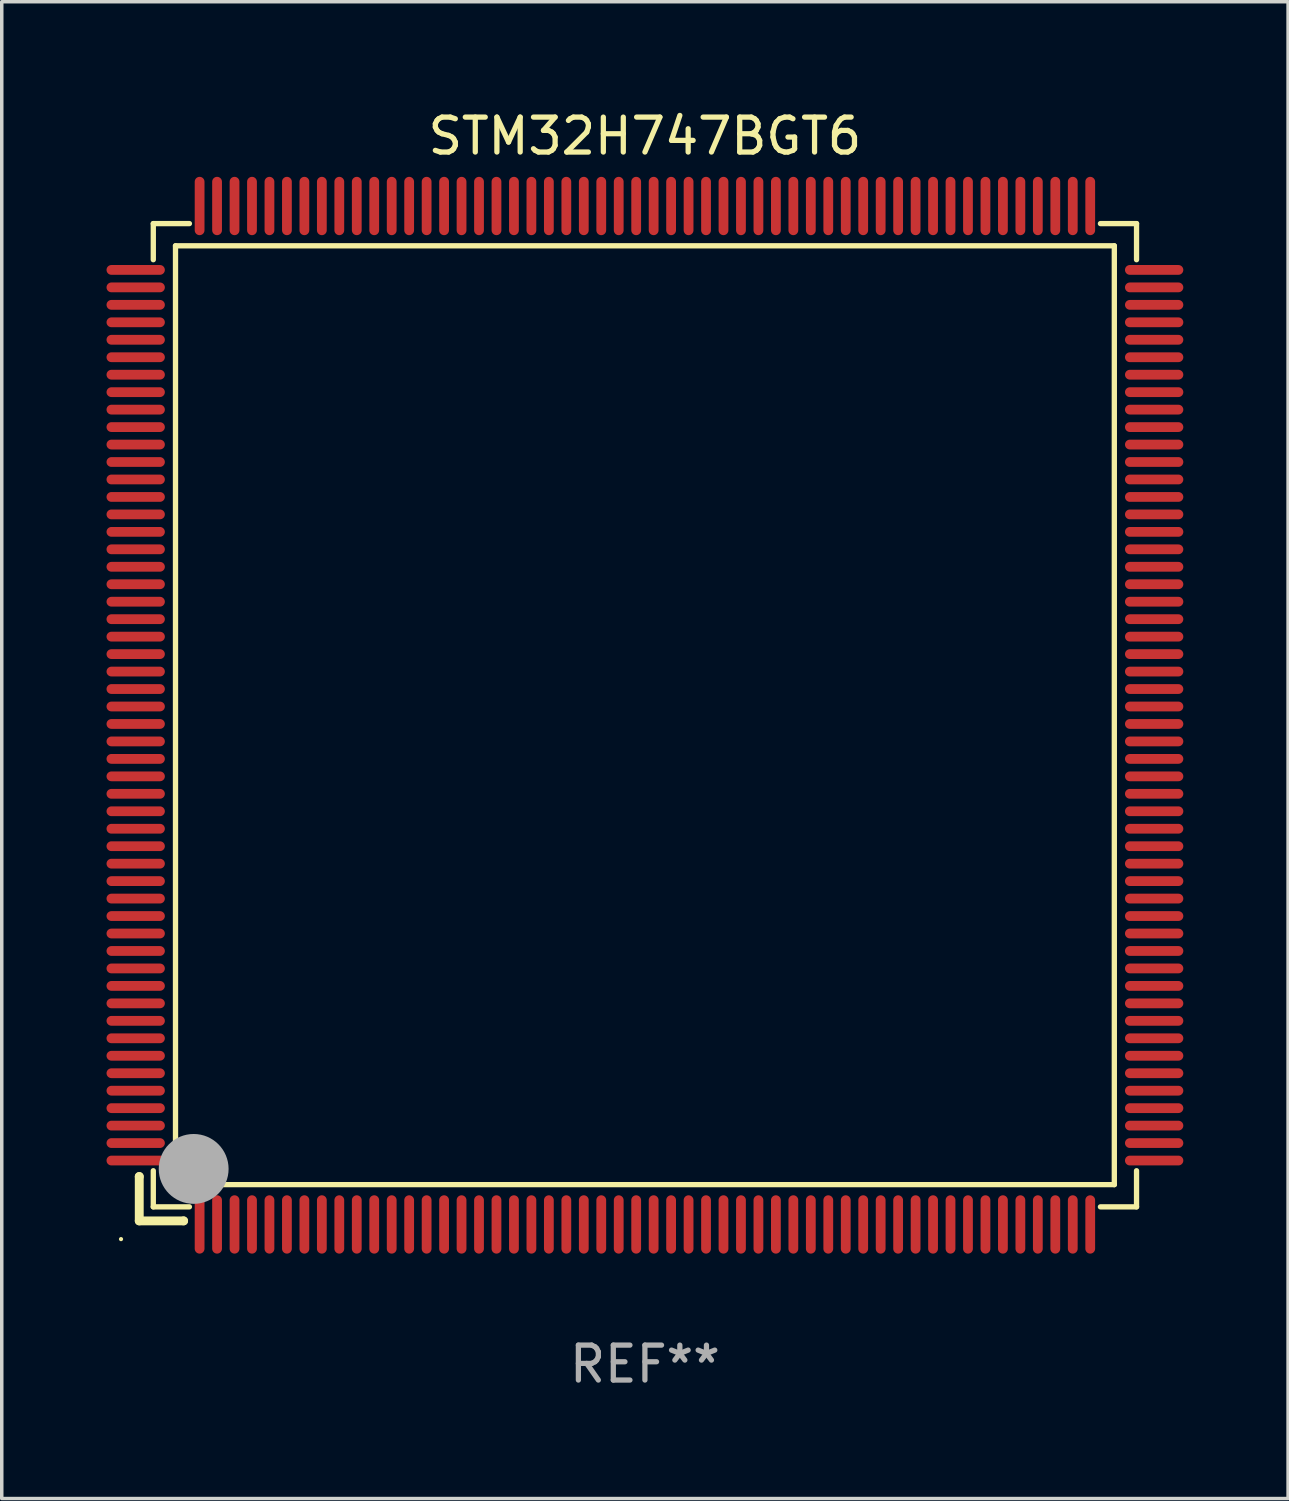
<source format=kicad_pcb>
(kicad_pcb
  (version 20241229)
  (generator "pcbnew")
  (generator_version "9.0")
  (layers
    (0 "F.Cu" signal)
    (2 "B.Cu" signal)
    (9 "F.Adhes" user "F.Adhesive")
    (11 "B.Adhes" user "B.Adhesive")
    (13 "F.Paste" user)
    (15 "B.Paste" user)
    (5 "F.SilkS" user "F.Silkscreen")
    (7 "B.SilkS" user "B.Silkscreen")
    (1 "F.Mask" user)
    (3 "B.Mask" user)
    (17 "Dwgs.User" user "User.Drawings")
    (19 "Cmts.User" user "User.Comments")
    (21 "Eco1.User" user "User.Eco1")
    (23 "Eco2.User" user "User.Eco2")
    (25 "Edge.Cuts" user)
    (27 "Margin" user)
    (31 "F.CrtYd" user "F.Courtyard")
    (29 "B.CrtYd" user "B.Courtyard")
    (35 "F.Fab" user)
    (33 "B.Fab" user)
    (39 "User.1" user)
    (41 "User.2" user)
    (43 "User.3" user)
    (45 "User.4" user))
  (footprint "STM32H747BGT6"
    (layer "F.Cu")
    (at 15.415 17.428)
    (property "Reference" "STM32H747BGT6" (at 0 -16.58 0) (layer "F.SilkS") (effects (font (size 1 1) (thickness 0.15))))
    (attr through_hole)
    (fp_line (start -14.478 13.208) (end -14.478 13.208) (stroke (width 0.254) (type solid)) (layer "F.SilkS"))
    (fp_line (start -14.478 13.208) (end -14.478 14.478) (stroke (width 0.254) (type solid)) (layer "F.SilkS"))
    (fp_line (start -14.478 14.478) (end -13.208 14.478) (stroke (width 0.254) (type solid)) (layer "F.SilkS"))
    (fp_line (start -14.076 -14.076) (end -14.076 -13.042) (stroke (width 0.152) (type solid)) (layer "F.SilkS"))
    (fp_line (start -14.076 14.076) (end -14.076 13.042) (stroke (width 0.152) (type solid)) (layer "F.SilkS"))
    (fp_line (start -13.44 -13.44) (end 13.44 -13.44) (stroke (width 0.152) (type solid)) (layer "F.SilkS"))
    (fp_line (start -13.44 13.44) (end -13.44 -13.44) (stroke (width 0.152) (type solid)) (layer "F.SilkS"))
    (fp_line (start -13.208 14.478) (end -13.208 14.478) (stroke (width 0.254) (type solid)) (layer "F.SilkS"))
    (fp_line (start -13.042 -14.076) (end -14.076 -14.076) (stroke (width 0.152) (type solid)) (layer "F.SilkS"))
    (fp_line (start -13.042 14.076) (end -14.076 14.076) (stroke (width 0.152) (type solid)) (layer "F.SilkS"))
    (fp_line (start 13.042 -14.076) (end 14.076 -14.076) (stroke (width 0.152) (type solid)) (layer "F.SilkS"))
    (fp_line (start 13.042 14.076) (end 14.076 14.076) (stroke (width 0.152) (type solid)) (layer "F.SilkS"))
    (fp_line (start 13.44 -13.44) (end 13.44 13.44) (stroke (width 0.152) (type solid)) (layer "F.SilkS"))
    (fp_line (start 13.44 13.44) (end -13.44 13.44) (stroke (width 0.152) (type solid)) (layer "F.SilkS"))
    (fp_line (start 14.076 -14.076) (end 14.076 -13.042) (stroke (width 0.152) (type solid)) (layer "F.SilkS"))
    (fp_line (start 14.076 14.076) (end 14.076 13.042) (stroke (width 0.152) (type solid)) (layer "F.SilkS"))
    (fp_circle (center -15 15) (end -14.97 15) (stroke (width 0.06) (type solid)) (fill no) (layer "F.SilkS"))
    (fp_circle (center -13.138 13.138) (end -13.063 13.138) (stroke (width 0.15) (type solid)) (fill no) (layer "F.SilkS"))
    (fp_circle (center -12.92 12.99) (end -12.42 12.99) (stroke (width 1) (type solid)) (fill no) (layer "F.Fab"))
    (fp_text user "REF**" (at 0 18.58 0) (layer "F.Fab") (effects (font (size 1 1) (thickness 0.15))))
    (pad "1" smd oval (at -12.75 14.58) (size 0.28 1.67) (layers "F.Cu" "F.Mask" "F.Paste"))
    (pad "2" smd oval (at -12.25 14.58) (size 0.28 1.67) (layers "F.Cu" "F.Mask" "F.Paste"))
    (pad "3" smd oval (at -11.75 14.58) (size 0.28 1.67) (layers "F.Cu" "F.Mask" "F.Paste"))
    (pad "4" smd oval (at -11.25 14.58) (size 0.28 1.67) (layers "F.Cu" "F.Mask" "F.Paste"))
    (pad "5" smd oval (at -10.75 14.58) (size 0.28 1.67) (layers "F.Cu" "F.Mask" "F.Paste"))
    (pad "6" smd oval (at -10.25 14.58) (size 0.28 1.67) (layers "F.Cu" "F.Mask" "F.Paste"))
    (pad "7" smd oval (at -9.75 14.58) (size 0.28 1.67) (layers "F.Cu" "F.Mask" "F.Paste"))
    (pad "8" smd oval (at -9.25 14.58) (size 0.28 1.67) (layers "F.Cu" "F.Mask" "F.Paste"))
    (pad "9" smd oval (at -8.75 14.58) (size 0.28 1.67) (layers "F.Cu" "F.Mask" "F.Paste"))
    (pad "10" smd oval (at -8.25 14.58) (size 0.28 1.67) (layers "F.Cu" "F.Mask" "F.Paste"))
    (pad "11" smd oval (at -7.75 14.58) (size 0.28 1.67) (layers "F.Cu" "F.Mask" "F.Paste"))
    (pad "12" smd oval (at -7.25 14.58) (size 0.28 1.67) (layers "F.Cu" "F.Mask" "F.Paste"))
    (pad "13" smd oval (at -6.75 14.58) (size 0.28 1.67) (layers "F.Cu" "F.Mask" "F.Paste"))
    (pad "14" smd oval (at -6.25 14.58) (size 0.28 1.67) (layers "F.Cu" "F.Mask" "F.Paste"))
    (pad "15" smd oval (at -5.75 14.58) (size 0.28 1.67) (layers "F.Cu" "F.Mask" "F.Paste"))
    (pad "16" smd oval (at -5.25 14.58) (size 0.28 1.67) (layers "F.Cu" "F.Mask" "F.Paste"))
    (pad "17" smd oval (at -4.75 14.58) (size 0.28 1.67) (layers "F.Cu" "F.Mask" "F.Paste"))
    (pad "18" smd oval (at -4.25 14.58) (size 0.28 1.67) (layers "F.Cu" "F.Mask" "F.Paste"))
    (pad "19" smd oval (at -3.75 14.58) (size 0.28 1.67) (layers "F.Cu" "F.Mask" "F.Paste"))
    (pad "20" smd oval (at -3.25 14.58) (size 0.28 1.67) (layers "F.Cu" "F.Mask" "F.Paste"))
    (pad "21" smd oval (at -2.75 14.58) (size 0.28 1.67) (layers "F.Cu" "F.Mask" "F.Paste"))
    (pad "22" smd oval (at -2.25 14.58) (size 0.28 1.67) (layers "F.Cu" "F.Mask" "F.Paste"))
    (pad "23" smd oval (at -1.75 14.58) (size 0.28 1.67) (layers "F.Cu" "F.Mask" "F.Paste"))
    (pad "24" smd oval (at -1.25 14.58) (size 0.28 1.67) (layers "F.Cu" "F.Mask" "F.Paste"))
    (pad "25" smd oval (at -0.75 14.58) (size 0.28 1.67) (layers "F.Cu" "F.Mask" "F.Paste"))
    (pad "26" smd oval (at -0.25 14.58) (size 0.28 1.67) (layers "F.Cu" "F.Mask" "F.Paste"))
    (pad "27" smd oval (at 0.25 14.58) (size 0.28 1.67) (layers "F.Cu" "F.Mask" "F.Paste"))
    (pad "28" smd oval (at 0.75 14.58) (size 0.28 1.67) (layers "F.Cu" "F.Mask" "F.Paste"))
    (pad "29" smd oval (at 1.25 14.58) (size 0.28 1.67) (layers "F.Cu" "F.Mask" "F.Paste"))
    (pad "30" smd oval (at 1.75 14.58) (size 0.28 1.67) (layers "F.Cu" "F.Mask" "F.Paste"))
    (pad "31" smd oval (at 2.25 14.58) (size 0.28 1.67) (layers "F.Cu" "F.Mask" "F.Paste"))
    (pad "32" smd oval (at 2.75 14.58) (size 0.28 1.67) (layers "F.Cu" "F.Mask" "F.Paste"))
    (pad "33" smd oval (at 3.25 14.58) (size 0.28 1.67) (layers "F.Cu" "F.Mask" "F.Paste"))
    (pad "34" smd oval (at 3.75 14.58) (size 0.28 1.67) (layers "F.Cu" "F.Mask" "F.Paste"))
    (pad "35" smd oval (at 4.25 14.58) (size 0.28 1.67) (layers "F.Cu" "F.Mask" "F.Paste"))
    (pad "36" smd oval (at 4.75 14.58) (size 0.28 1.67) (layers "F.Cu" "F.Mask" "F.Paste"))
    (pad "37" smd oval (at 5.25 14.58) (size 0.28 1.67) (layers "F.Cu" "F.Mask" "F.Paste"))
    (pad "38" smd oval (at 5.75 14.58) (size 0.28 1.67) (layers "F.Cu" "F.Mask" "F.Paste"))
    (pad "39" smd oval (at 6.25 14.58) (size 0.28 1.67) (layers "F.Cu" "F.Mask" "F.Paste"))
    (pad "40" smd oval (at 6.75 14.58) (size 0.28 1.67) (layers "F.Cu" "F.Mask" "F.Paste"))
    (pad "41" smd oval (at 7.25 14.58) (size 0.28 1.67) (layers "F.Cu" "F.Mask" "F.Paste"))
    (pad "42" smd oval (at 7.75 14.58) (size 0.28 1.67) (layers "F.Cu" "F.Mask" "F.Paste"))
    (pad "43" smd oval (at 8.25 14.58) (size 0.28 1.67) (layers "F.Cu" "F.Mask" "F.Paste"))
    (pad "44" smd oval (at 8.75 14.58) (size 0.28 1.67) (layers "F.Cu" "F.Mask" "F.Paste"))
    (pad "45" smd oval (at 9.25 14.58) (size 0.28 1.67) (layers "F.Cu" "F.Mask" "F.Paste"))
    (pad "46" smd oval (at 9.75 14.58) (size 0.28 1.67) (layers "F.Cu" "F.Mask" "F.Paste"))
    (pad "47" smd oval (at 10.25 14.58) (size 0.28 1.67) (layers "F.Cu" "F.Mask" "F.Paste"))
    (pad "48" smd oval (at 10.75 14.58) (size 0.28 1.67) (layers "F.Cu" "F.Mask" "F.Paste"))
    (pad "49" smd oval (at 11.25 14.58) (size 0.28 1.67) (layers "F.Cu" "F.Mask" "F.Paste"))
    (pad "50" smd oval (at 11.75 14.58) (size 0.28 1.67) (layers "F.Cu" "F.Mask" "F.Paste"))
    (pad "51" smd oval (at 12.25 14.58) (size 0.28 1.67) (layers "F.Cu" "F.Mask" "F.Paste"))
    (pad "52" smd oval (at 12.75 14.58) (size 0.28 1.67) (layers "F.Cu" "F.Mask" "F.Paste"))
    (pad "53" smd oval (at 14.58 12.75) (size 1.67 0.28) (layers "F.Cu" "F.Mask" "F.Paste"))
    (pad "54" smd oval (at 14.58 12.25) (size 1.67 0.28) (layers "F.Cu" "F.Mask" "F.Paste"))
    (pad "55" smd oval (at 14.58 11.75) (size 1.67 0.28) (layers "F.Cu" "F.Mask" "F.Paste"))
    (pad "56" smd oval (at 14.58 11.25) (size 1.67 0.28) (layers "F.Cu" "F.Mask" "F.Paste"))
    (pad "57" smd oval (at 14.58 10.75) (size 1.67 0.28) (layers "F.Cu" "F.Mask" "F.Paste"))
    (pad "58" smd oval (at 14.58 10.25) (size 1.67 0.28) (layers "F.Cu" "F.Mask" "F.Paste"))
    (pad "59" smd oval (at 14.58 9.75) (size 1.67 0.28) (layers "F.Cu" "F.Mask" "F.Paste"))
    (pad "60" smd oval (at 14.58 9.25) (size 1.67 0.28) (layers "F.Cu" "F.Mask" "F.Paste"))
    (pad "61" smd oval (at 14.58 8.75) (size 1.67 0.28) (layers "F.Cu" "F.Mask" "F.Paste"))
    (pad "62" smd oval (at 14.58 8.25) (size 1.67 0.28) (layers "F.Cu" "F.Mask" "F.Paste"))
    (pad "63" smd oval (at 14.58 7.75) (size 1.67 0.28) (layers "F.Cu" "F.Mask" "F.Paste"))
    (pad "64" smd oval (at 14.58 7.25) (size 1.67 0.28) (layers "F.Cu" "F.Mask" "F.Paste"))
    (pad "65" smd oval (at 14.58 6.75) (size 1.67 0.28) (layers "F.Cu" "F.Mask" "F.Paste"))
    (pad "66" smd oval (at 14.58 6.25) (size 1.67 0.28) (layers "F.Cu" "F.Mask" "F.Paste"))
    (pad "67" smd oval (at 14.58 5.75) (size 1.67 0.28) (layers "F.Cu" "F.Mask" "F.Paste"))
    (pad "68" smd oval (at 14.58 5.25) (size 1.67 0.28) (layers "F.Cu" "F.Mask" "F.Paste"))
    (pad "69" smd oval (at 14.58 4.75) (size 1.67 0.28) (layers "F.Cu" "F.Mask" "F.Paste"))
    (pad "70" smd oval (at 14.58 4.25) (size 1.67 0.28) (layers "F.Cu" "F.Mask" "F.Paste"))
    (pad "71" smd oval (at 14.58 3.75) (size 1.67 0.28) (layers "F.Cu" "F.Mask" "F.Paste"))
    (pad "72" smd oval (at 14.58 3.25) (size 1.67 0.28) (layers "F.Cu" "F.Mask" "F.Paste"))
    (pad "73" smd oval (at 14.58 2.75) (size 1.67 0.28) (layers "F.Cu" "F.Mask" "F.Paste"))
    (pad "74" smd oval (at 14.58 2.25) (size 1.67 0.28) (layers "F.Cu" "F.Mask" "F.Paste"))
    (pad "75" smd oval (at 14.58 1.75) (size 1.67 0.28) (layers "F.Cu" "F.Mask" "F.Paste"))
    (pad "76" smd oval (at 14.58 1.25) (size 1.67 0.28) (layers "F.Cu" "F.Mask" "F.Paste"))
    (pad "77" smd oval (at 14.58 0.75) (size 1.67 0.28) (layers "F.Cu" "F.Mask" "F.Paste"))
    (pad "78" smd oval (at 14.58 0.25) (size 1.67 0.28) (layers "F.Cu" "F.Mask" "F.Paste"))
    (pad "79" smd oval (at 14.58 -0.25) (size 1.67 0.28) (layers "F.Cu" "F.Mask" "F.Paste"))
    (pad "80" smd oval (at 14.58 -0.75) (size 1.67 0.28) (layers "F.Cu" "F.Mask" "F.Paste"))
    (pad "81" smd oval (at 14.58 -1.25) (size 1.67 0.28) (layers "F.Cu" "F.Mask" "F.Paste"))
    (pad "82" smd oval (at 14.58 -1.75) (size 1.67 0.28) (layers "F.Cu" "F.Mask" "F.Paste"))
    (pad "83" smd oval (at 14.58 -2.25) (size 1.67 0.28) (layers "F.Cu" "F.Mask" "F.Paste"))
    (pad "84" smd oval (at 14.58 -2.75) (size 1.67 0.28) (layers "F.Cu" "F.Mask" "F.Paste"))
    (pad "85" smd oval (at 14.58 -3.25) (size 1.67 0.28) (layers "F.Cu" "F.Mask" "F.Paste"))
    (pad "86" smd oval (at 14.58 -3.75) (size 1.67 0.28) (layers "F.Cu" "F.Mask" "F.Paste"))
    (pad "87" smd oval (at 14.58 -4.25) (size 1.67 0.28) (layers "F.Cu" "F.Mask" "F.Paste"))
    (pad "88" smd oval (at 14.58 -4.75) (size 1.67 0.28) (layers "F.Cu" "F.Mask" "F.Paste"))
    (pad "89" smd oval (at 14.58 -5.25) (size 1.67 0.28) (layers "F.Cu" "F.Mask" "F.Paste"))
    (pad "90" smd oval (at 14.58 -5.75) (size 1.67 0.28) (layers "F.Cu" "F.Mask" "F.Paste"))
    (pad "91" smd oval (at 14.58 -6.25) (size 1.67 0.28) (layers "F.Cu" "F.Mask" "F.Paste"))
    (pad "92" smd oval (at 14.58 -6.75) (size 1.67 0.28) (layers "F.Cu" "F.Mask" "F.Paste"))
    (pad "93" smd oval (at 14.58 -7.25) (size 1.67 0.28) (layers "F.Cu" "F.Mask" "F.Paste"))
    (pad "94" smd oval (at 14.58 -7.75) (size 1.67 0.28) (layers "F.Cu" "F.Mask" "F.Paste"))
    (pad "95" smd oval (at 14.58 -8.25) (size 1.67 0.28) (layers "F.Cu" "F.Mask" "F.Paste"))
    (pad "96" smd oval (at 14.58 -8.75) (size 1.67 0.28) (layers "F.Cu" "F.Mask" "F.Paste"))
    (pad "97" smd oval (at 14.58 -9.25) (size 1.67 0.28) (layers "F.Cu" "F.Mask" "F.Paste"))
    (pad "98" smd oval (at 14.58 -9.75) (size 1.67 0.28) (layers "F.Cu" "F.Mask" "F.Paste"))
    (pad "99" smd oval (at 14.58 -10.25) (size 1.67 0.28) (layers "F.Cu" "F.Mask" "F.Paste"))
    (pad "100" smd oval (at 14.58 -10.75) (size 1.67 0.28) (layers "F.Cu" "F.Mask" "F.Paste"))
    (pad "101" smd oval (at 14.58 -11.25) (size 1.67 0.28) (layers "F.Cu" "F.Mask" "F.Paste"))
    (pad "102" smd oval (at 14.58 -11.75) (size 1.67 0.28) (layers "F.Cu" "F.Mask" "F.Paste"))
    (pad "103" smd oval (at 14.58 -12.25) (size 1.67 0.28) (layers "F.Cu" "F.Mask" "F.Paste"))
    (pad "104" smd oval (at 14.58 -12.75) (size 1.67 0.28) (layers "F.Cu" "F.Mask" "F.Paste"))
    (pad "105" smd oval (at 12.75 -14.58) (size 0.28 1.67) (layers "F.Cu" "F.Mask" "F.Paste"))
    (pad "106" smd oval (at 12.25 -14.58) (size 0.28 1.67) (layers "F.Cu" "F.Mask" "F.Paste"))
    (pad "107" smd oval (at 11.75 -14.58) (size 0.28 1.67) (layers "F.Cu" "F.Mask" "F.Paste"))
    (pad "108" smd oval (at 11.25 -14.58) (size 0.28 1.67) (layers "F.Cu" "F.Mask" "F.Paste"))
    (pad "109" smd oval (at 10.75 -14.58) (size 0.28 1.67) (layers "F.Cu" "F.Mask" "F.Paste"))
    (pad "110" smd oval (at 10.25 -14.58) (size 0.28 1.67) (layers "F.Cu" "F.Mask" "F.Paste"))
    (pad "111" smd oval (at 9.75 -14.58) (size 0.28 1.67) (layers "F.Cu" "F.Mask" "F.Paste"))
    (pad "112" smd oval (at 9.25 -14.58) (size 0.28 1.67) (layers "F.Cu" "F.Mask" "F.Paste"))
    (pad "113" smd oval (at 8.75 -14.58) (size 0.28 1.67) (layers "F.Cu" "F.Mask" "F.Paste"))
    (pad "114" smd oval (at 8.25 -14.58) (size 0.28 1.67) (layers "F.Cu" "F.Mask" "F.Paste"))
    (pad "115" smd oval (at 7.75 -14.58) (size 0.28 1.67) (layers "F.Cu" "F.Mask" "F.Paste"))
    (pad "116" smd oval (at 7.25 -14.58) (size 0.28 1.67) (layers "F.Cu" "F.Mask" "F.Paste"))
    (pad "117" smd oval (at 6.75 -14.58) (size 0.28 1.67) (layers "F.Cu" "F.Mask" "F.Paste"))
    (pad "118" smd oval (at 6.25 -14.58) (size 0.28 1.67) (layers "F.Cu" "F.Mask" "F.Paste"))
    (pad "119" smd oval (at 5.75 -14.58) (size 0.28 1.67) (layers "F.Cu" "F.Mask" "F.Paste"))
    (pad "120" smd oval (at 5.25 -14.58) (size 0.28 1.67) (layers "F.Cu" "F.Mask" "F.Paste"))
    (pad "121" smd oval (at 4.75 -14.58) (size 0.28 1.67) (layers "F.Cu" "F.Mask" "F.Paste"))
    (pad "122" smd oval (at 4.25 -14.58) (size 0.28 1.67) (layers "F.Cu" "F.Mask" "F.Paste"))
    (pad "123" smd oval (at 3.75 -14.58) (size 0.28 1.67) (layers "F.Cu" "F.Mask" "F.Paste"))
    (pad "124" smd oval (at 3.25 -14.58) (size 0.28 1.67) (layers "F.Cu" "F.Mask" "F.Paste"))
    (pad "125" smd oval (at 2.75 -14.58) (size 0.28 1.67) (layers "F.Cu" "F.Mask" "F.Paste"))
    (pad "126" smd oval (at 2.25 -14.58) (size 0.28 1.67) (layers "F.Cu" "F.Mask" "F.Paste"))
    (pad "127" smd oval (at 1.75 -14.58) (size 0.28 1.67) (layers "F.Cu" "F.Mask" "F.Paste"))
    (pad "128" smd oval (at 1.25 -14.58) (size 0.28 1.67) (layers "F.Cu" "F.Mask" "F.Paste"))
    (pad "129" smd oval (at 0.75 -14.58) (size 0.28 1.67) (layers "F.Cu" "F.Mask" "F.Paste"))
    (pad "130" smd oval (at 0.25 -14.58) (size 0.28 1.67) (layers "F.Cu" "F.Mask" "F.Paste"))
    (pad "131" smd oval (at -0.25 -14.58) (size 0.28 1.67) (layers "F.Cu" "F.Mask" "F.Paste"))
    (pad "132" smd oval (at -0.75 -14.58) (size 0.28 1.67) (layers "F.Cu" "F.Mask" "F.Paste"))
    (pad "133" smd oval (at -1.25 -14.58) (size 0.28 1.67) (layers "F.Cu" "F.Mask" "F.Paste"))
    (pad "134" smd oval (at -1.75 -14.58) (size 0.28 1.67) (layers "F.Cu" "F.Mask" "F.Paste"))
    (pad "135" smd oval (at -2.25 -14.58) (size 0.28 1.67) (layers "F.Cu" "F.Mask" "F.Paste"))
    (pad "136" smd oval (at -2.75 -14.58) (size 0.28 1.67) (layers "F.Cu" "F.Mask" "F.Paste"))
    (pad "137" smd oval (at -3.25 -14.58) (size 0.28 1.67) (layers "F.Cu" "F.Mask" "F.Paste"))
    (pad "138" smd oval (at -3.75 -14.58) (size 0.28 1.67) (layers "F.Cu" "F.Mask" "F.Paste"))
    (pad "139" smd oval (at -4.25 -14.58) (size 0.28 1.67) (layers "F.Cu" "F.Mask" "F.Paste"))
    (pad "140" smd oval (at -4.75 -14.58) (size 0.28 1.67) (layers "F.Cu" "F.Mask" "F.Paste"))
    (pad "141" smd oval (at -5.25 -14.58) (size 0.28 1.67) (layers "F.Cu" "F.Mask" "F.Paste"))
    (pad "142" smd oval (at -5.75 -14.58) (size 0.28 1.67) (layers "F.Cu" "F.Mask" "F.Paste"))
    (pad "143" smd oval (at -6.25 -14.58) (size 0.28 1.67) (layers "F.Cu" "F.Mask" "F.Paste"))
    (pad "144" smd oval (at -6.75 -14.58) (size 0.28 1.67) (layers "F.Cu" "F.Mask" "F.Paste"))
    (pad "145" smd oval (at -7.25 -14.58) (size 0.28 1.67) (layers "F.Cu" "F.Mask" "F.Paste"))
    (pad "146" smd oval (at -7.75 -14.58) (size 0.28 1.67) (layers "F.Cu" "F.Mask" "F.Paste"))
    (pad "147" smd oval (at -8.25 -14.58) (size 0.28 1.67) (layers "F.Cu" "F.Mask" "F.Paste"))
    (pad "148" smd oval (at -8.75 -14.58) (size 0.28 1.67) (layers "F.Cu" "F.Mask" "F.Paste"))
    (pad "149" smd oval (at -9.25 -14.58) (size 0.28 1.67) (layers "F.Cu" "F.Mask" "F.Paste"))
    (pad "150" smd oval (at -9.75 -14.58) (size 0.28 1.67) (layers "F.Cu" "F.Mask" "F.Paste"))
    (pad "151" smd oval (at -10.25 -14.58) (size 0.28 1.67) (layers "F.Cu" "F.Mask" "F.Paste"))
    (pad "152" smd oval (at -10.75 -14.58) (size 0.28 1.67) (layers "F.Cu" "F.Mask" "F.Paste"))
    (pad "153" smd oval (at -11.25 -14.58) (size 0.28 1.67) (layers "F.Cu" "F.Mask" "F.Paste"))
    (pad "154" smd oval (at -11.75 -14.58) (size 0.28 1.67) (layers "F.Cu" "F.Mask" "F.Paste"))
    (pad "155" smd oval (at -12.25 -14.58) (size 0.28 1.67) (layers "F.Cu" "F.Mask" "F.Paste"))
    (pad "156" smd oval (at -12.75 -14.58) (size 0.28 1.67) (layers "F.Cu" "F.Mask" "F.Paste"))
    (pad "157" smd oval (at -14.58 -12.75) (size 1.67 0.28) (layers "F.Cu" "F.Mask" "F.Paste"))
    (pad "158" smd oval (at -14.58 -12.25) (size 1.67 0.28) (layers "F.Cu" "F.Mask" "F.Paste"))
    (pad "159" smd oval (at -14.58 -11.75) (size 1.67 0.28) (layers "F.Cu" "F.Mask" "F.Paste"))
    (pad "160" smd oval (at -14.58 -11.25) (size 1.67 0.28) (layers "F.Cu" "F.Mask" "F.Paste"))
    (pad "161" smd oval (at -14.58 -10.75) (size 1.67 0.28) (layers "F.Cu" "F.Mask" "F.Paste"))
    (pad "162" smd oval (at -14.58 -10.25) (size 1.67 0.28) (layers "F.Cu" "F.Mask" "F.Paste"))
    (pad "163" smd oval (at -14.58 -9.75) (size 1.67 0.28) (layers "F.Cu" "F.Mask" "F.Paste"))
    (pad "164" smd oval (at -14.58 -9.25) (size 1.67 0.28) (layers "F.Cu" "F.Mask" "F.Paste"))
    (pad "165" smd oval (at -14.58 -8.75) (size 1.67 0.28) (layers "F.Cu" "F.Mask" "F.Paste"))
    (pad "166" smd oval (at -14.58 -8.25) (size 1.67 0.28) (layers "F.Cu" "F.Mask" "F.Paste"))
    (pad "167" smd oval (at -14.58 -7.75) (size 1.67 0.28) (layers "F.Cu" "F.Mask" "F.Paste"))
    (pad "168" smd oval (at -14.58 -7.25) (size 1.67 0.28) (layers "F.Cu" "F.Mask" "F.Paste"))
    (pad "169" smd oval (at -14.58 -6.75) (size 1.67 0.28) (layers "F.Cu" "F.Mask" "F.Paste"))
    (pad "170" smd oval (at -14.58 -6.25) (size 1.67 0.28) (layers "F.Cu" "F.Mask" "F.Paste"))
    (pad "171" smd oval (at -14.58 -5.75) (size 1.67 0.28) (layers "F.Cu" "F.Mask" "F.Paste"))
    (pad "172" smd oval (at -14.58 -5.25) (size 1.67 0.28) (layers "F.Cu" "F.Mask" "F.Paste"))
    (pad "173" smd oval (at -14.58 -4.75) (size 1.67 0.28) (layers "F.Cu" "F.Mask" "F.Paste"))
    (pad "174" smd oval (at -14.58 -4.25) (size 1.67 0.28) (layers "F.Cu" "F.Mask" "F.Paste"))
    (pad "175" smd oval (at -14.58 -3.75) (size 1.67 0.28) (layers "F.Cu" "F.Mask" "F.Paste"))
    (pad "176" smd oval (at -14.58 -3.25) (size 1.67 0.28) (layers "F.Cu" "F.Mask" "F.Paste"))
    (pad "177" smd oval (at -14.58 -2.75) (size 1.67 0.28) (layers "F.Cu" "F.Mask" "F.Paste"))
    (pad "178" smd oval (at -14.58 -2.25) (size 1.67 0.28) (layers "F.Cu" "F.Mask" "F.Paste"))
    (pad "179" smd oval (at -14.58 -1.75) (size 1.67 0.28) (layers "F.Cu" "F.Mask" "F.Paste"))
    (pad "180" smd oval (at -14.58 -1.25) (size 1.67 0.28) (layers "F.Cu" "F.Mask" "F.Paste"))
    (pad "181" smd oval (at -14.58 -0.75) (size 1.67 0.28) (layers "F.Cu" "F.Mask" "F.Paste"))
    (pad "182" smd oval (at -14.58 -0.25) (size 1.67 0.28) (layers "F.Cu" "F.Mask" "F.Paste"))
    (pad "183" smd oval (at -14.58 0.25) (size 1.67 0.28) (layers "F.Cu" "F.Mask" "F.Paste"))
    (pad "184" smd oval (at -14.58 0.75) (size 1.67 0.28) (layers "F.Cu" "F.Mask" "F.Paste"))
    (pad "185" smd oval (at -14.58 1.25) (size 1.67 0.28) (layers "F.Cu" "F.Mask" "F.Paste"))
    (pad "186" smd oval (at -14.58 1.75) (size 1.67 0.28) (layers "F.Cu" "F.Mask" "F.Paste"))
    (pad "187" smd oval (at -14.58 2.25) (size 1.67 0.28) (layers "F.Cu" "F.Mask" "F.Paste"))
    (pad "188" smd oval (at -14.58 2.75) (size 1.67 0.28) (layers "F.Cu" "F.Mask" "F.Paste"))
    (pad "189" smd oval (at -14.58 3.25) (size 1.67 0.28) (layers "F.Cu" "F.Mask" "F.Paste"))
    (pad "190" smd oval (at -14.58 3.75) (size 1.67 0.28) (layers "F.Cu" "F.Mask" "F.Paste"))
    (pad "191" smd oval (at -14.58 4.25) (size 1.67 0.28) (layers "F.Cu" "F.Mask" "F.Paste"))
    (pad "192" smd oval (at -14.58 4.75) (size 1.67 0.28) (layers "F.Cu" "F.Mask" "F.Paste"))
    (pad "193" smd oval (at -14.58 5.25) (size 1.67 0.28) (layers "F.Cu" "F.Mask" "F.Paste"))
    (pad "194" smd oval (at -14.58 5.75) (size 1.67 0.28) (layers "F.Cu" "F.Mask" "F.Paste"))
    (pad "195" smd oval (at -14.58 6.25) (size 1.67 0.28) (layers "F.Cu" "F.Mask" "F.Paste"))
    (pad "196" smd oval (at -14.58 6.75) (size 1.67 0.28) (layers "F.Cu" "F.Mask" "F.Paste"))
    (pad "197" smd oval (at -14.58 7.25) (size 1.67 0.28) (layers "F.Cu" "F.Mask" "F.Paste"))
    (pad "198" smd oval (at -14.58 7.75) (size 1.67 0.28) (layers "F.Cu" "F.Mask" "F.Paste"))
    (pad "199" smd oval (at -14.58 8.25) (size 1.67 0.28) (layers "F.Cu" "F.Mask" "F.Paste"))
    (pad "200" smd oval (at -14.58 8.75) (size 1.67 0.28) (layers "F.Cu" "F.Mask" "F.Paste"))
    (pad "201" smd oval (at -14.58 9.25) (size 1.67 0.28) (layers "F.Cu" "F.Mask" "F.Paste"))
    (pad "202" smd oval (at -14.58 9.75) (size 1.67 0.28) (layers "F.Cu" "F.Mask" "F.Paste"))
    (pad "203" smd oval (at -14.58 10.25) (size 1.67 0.28) (layers "F.Cu" "F.Mask" "F.Paste"))
    (pad "204" smd oval (at -14.58 10.75) (size 1.67 0.28) (layers "F.Cu" "F.Mask" "F.Paste"))
    (pad "205" smd oval (at -14.58 11.25) (size 1.67 0.28) (layers "F.Cu" "F.Mask" "F.Paste"))
    (pad "206" smd oval (at -14.58 11.75) (size 1.67 0.28) (layers "F.Cu" "F.Mask" "F.Paste"))
    (pad "207" smd oval (at -14.58 12.25) (size 1.67 0.28) (layers "F.Cu" "F.Mask" "F.Paste"))
    (pad "208" smd oval (at -14.58 12.75) (size 1.67 0.28) (layers "F.Cu" "F.Mask" "F.Paste")))
  (gr_rect
    (start -3 -3)
    (end 33.83 39.856)
    (stroke (width 0.1) (type default))
    (fill no)
    (layer "Edge.Cuts")))
</source>
